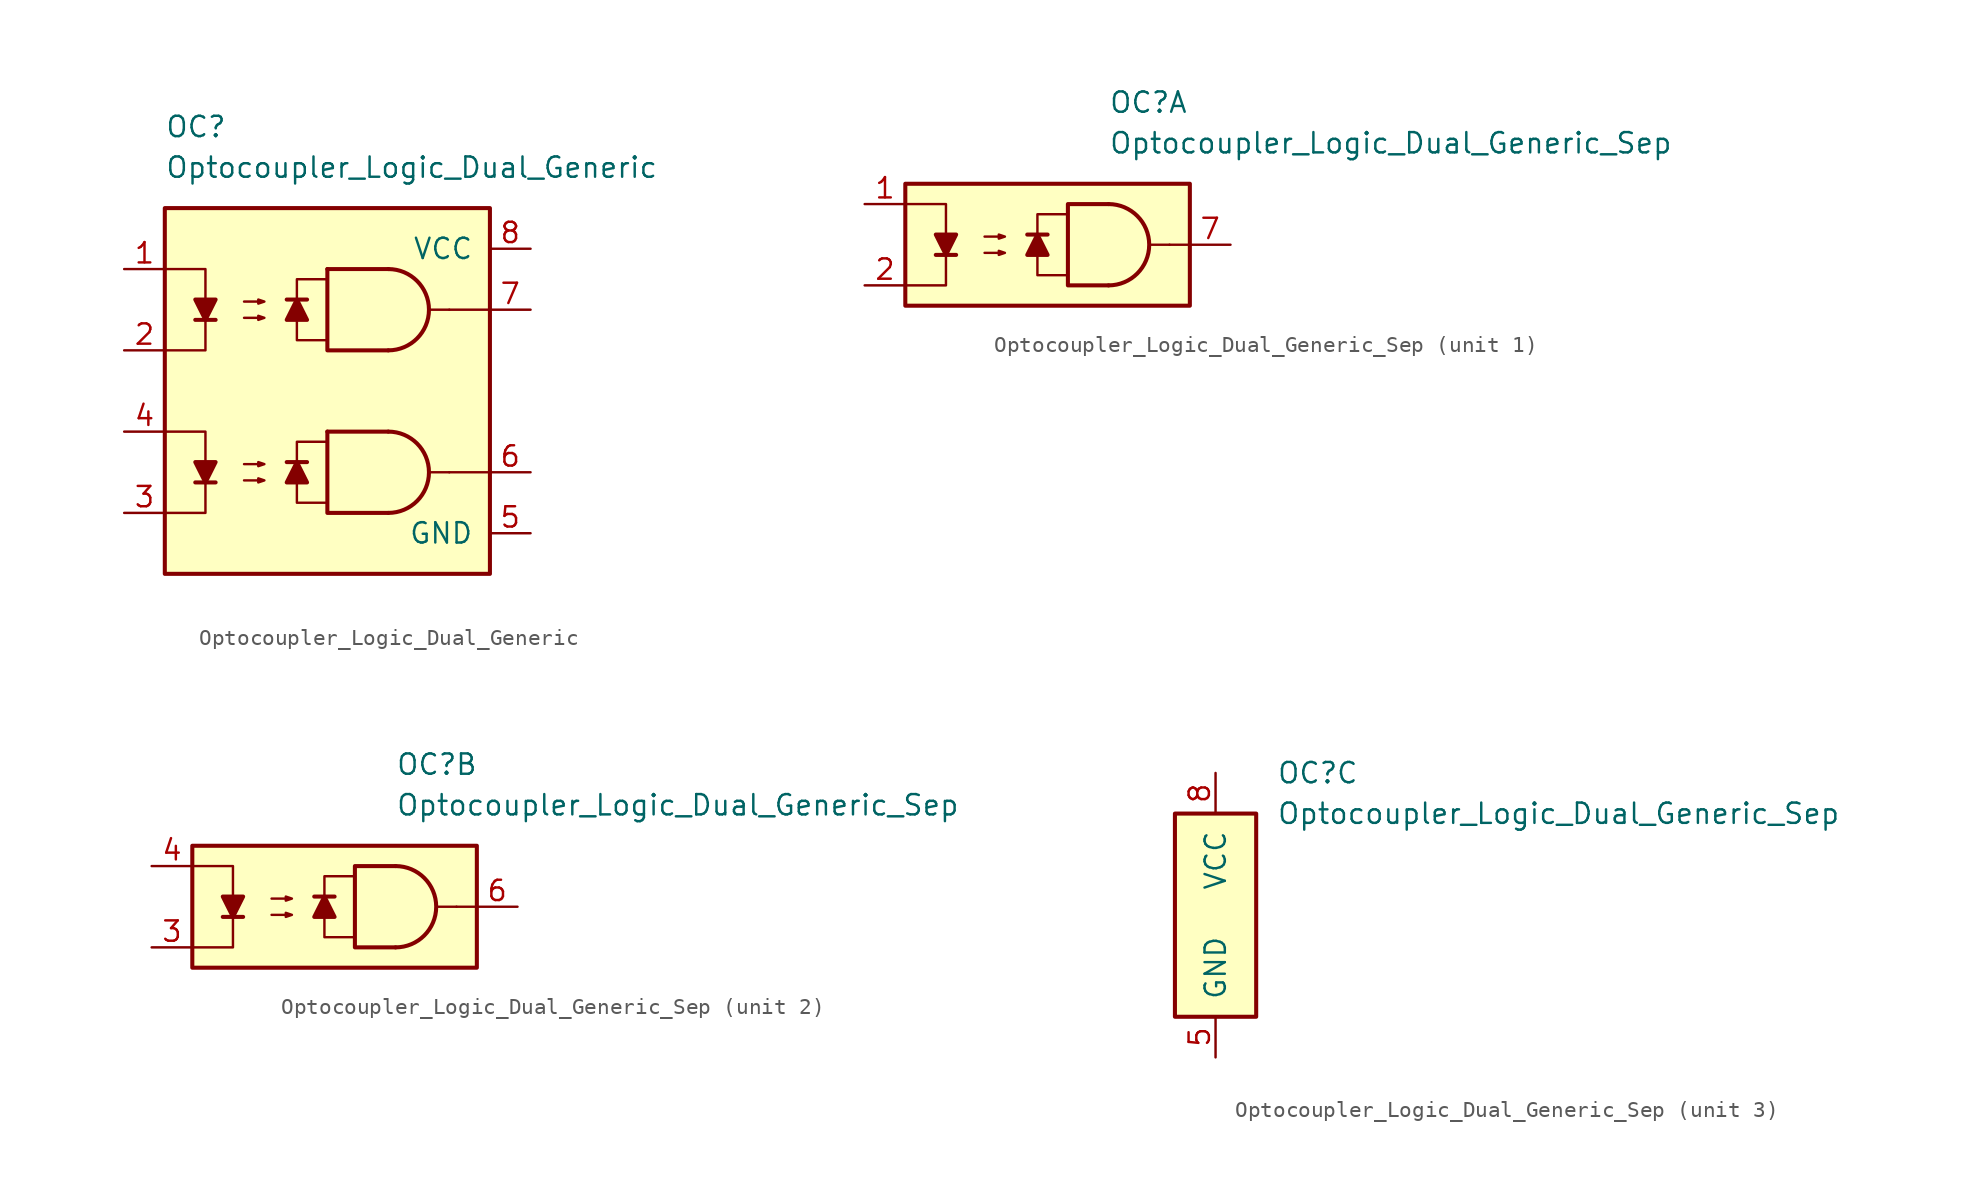
<source format=kicad_sym>
(kicad_symbol_lib
  (version 20211014)
  (generator kicad_symbol_editor)
  (symbol "Optocoupler_Logic_Dual_Generic"
    (pin_names
      (offset 1.016))
    (property "Reference" "OC"
      (at -10.16 16.51 0)
      (effects (font (size 1.27 1.27)) (justify left)))
    (property "Value" "Optocoupler_Logic_Dual_Generic"
      (at -10.16 13.97 0)
      (effects (font (size 1.27 1.27)) (justify left)))
    (symbol "Optocoupler_Logic_Dual_Generic_0_0"
      (rectangle (start -10.16 11.43) (end 10.16 -11.43) (stroke (width 0.254) (type default) (color 0 0 0 0)) (fill (type background)))
      (polyline (pts (xy 7.62 -5.08) (xy 6.35 -5.08)) (stroke (width 0) (type default) (color 0 0 0 0)) (fill (type none)))
      (polyline (pts (xy 7.62 5.08) (xy 6.35 5.08)) (stroke (width 0) (type default) (color 0 0 0 0)) (fill (type none)))
      (polyline (pts (xy 10.16 -5.08) (xy 7.62 -5.08)) (stroke (width 0) (type default) (color 0 0 0 0)) (fill (type none))))
    (symbol "Optocoupler_Logic_Dual_Generic_0_1"
      (polyline (pts (xy -8.255 -5.715) (xy -6.985 -5.715)) (stroke (width 0.254) (type default) (color 0 0 0 0)) (fill (type none)))
      (polyline (pts (xy 0 -2.54) (xy 3.81 -2.54)) (stroke (width 0.254) (type default) (color 0 0 0 0)) (fill (type none)))
      (polyline (pts (xy -10.16 -2.54) (xy -7.62 -2.54) (xy -7.62 -5.715)) (stroke (width 0) (type default) (color 0 0 0 0)) (fill (type none)))
      (polyline (pts (xy -7.62 -5.715) (xy -7.62 -7.62) (xy -10.16 -7.62)) (stroke (width 0) (type default) (color 0 0 0 0)) (fill (type none)))
      (polyline (pts (xy 0 -2.54) (xy 0 -7.62) (xy 3.81 -7.62)) (stroke (width 0.254) (type default) (color 0 0 0 0)) (fill (type none)))
      (polyline (pts (xy -7.62 -5.715) (xy -8.255 -4.445) (xy -6.985 -4.445) (xy -7.62 -5.715)) (stroke (width 0.254) (type default) (color 0 0 0 0)) (fill (type outline)))
      (polyline (pts (xy 0 -6.985) (xy -1.905 -6.985) (xy -1.905 -3.175) (xy 0 -3.175)) (stroke (width 0.152) (type default) (color 0 0 0 0)) (fill (type none)))
      (polyline (pts (xy 0 3.175) (xy -1.905 3.175) (xy -1.905 6.985) (xy 0 6.985)) (stroke (width 0.152) (type default) (color 0 0 0 0)) (fill (type none)))
      (polyline (pts (xy -5.207 -5.588) (xy -3.937 -5.588) (xy -4.318 -5.715) (xy -4.318 -5.461) (xy -3.937 -5.588)) (stroke (width 0) (type default) (color 0 0 0 0)) (fill (type none)))
      (polyline (pts (xy -5.207 -4.572) (xy -3.937 -4.572) (xy -4.318 -4.699) (xy -4.318 -4.445) (xy -3.937 -4.572)) (stroke (width 0) (type default) (color 0 0 0 0)) (fill (type none)))
      (arc (start 3.81 -7.62) (mid 6.35 -5.08) (end 3.81 -2.54) (stroke (width 0.254) (type default) (color 0 0 0 0)) (fill (type none))))
    (symbol "Optocoupler_Logic_Dual_Generic_1_1"
      (polyline (pts (xy -8.255 4.445) (xy -6.985 4.445)) (stroke (width 0.254) (type default) (color 0 0 0 0)) (fill (type none)))
      (polyline (pts (xy -1.27 -4.445) (xy -2.54 -4.445)) (stroke (width 0.254) (type default) (color 0 0 0 0)) (fill (type none)))
      (polyline (pts (xy -1.27 5.715) (xy -2.54 5.715)) (stroke (width 0.254) (type default) (color 0 0 0 0)) (fill (type none)))
      (polyline (pts (xy 0 7.62) (xy 3.81 7.62)) (stroke (width 0.254) (type default) (color 0 0 0 0)) (fill (type none)))
      (polyline (pts (xy 10.16 5.08) (xy 7.62 5.08)) (stroke (width 0) (type default) (color 0 0 0 0)) (fill (type none)))
      (polyline (pts (xy -10.16 7.62) (xy -7.62 7.62) (xy -7.62 4.445)) (stroke (width 0) (type default) (color 0 0 0 0)) (fill (type none)))
      (polyline (pts (xy -7.62 4.445) (xy -7.62 2.54) (xy -10.16 2.54)) (stroke (width 0) (type default) (color 0 0 0 0)) (fill (type none)))
      (polyline (pts (xy 0 7.62) (xy 0 2.54) (xy 3.81 2.54)) (stroke (width 0.254) (type default) (color 0 0 0 0)) (fill (type none)))
      (polyline (pts (xy -7.62 4.445) (xy -8.255 5.715) (xy -6.985 5.715) (xy -7.62 4.445)) (stroke (width 0.254) (type default) (color 0 0 0 0)) (fill (type outline)))
      (polyline (pts (xy -1.905 -4.445) (xy -1.27 -5.715) (xy -2.54 -5.715) (xy -1.905 -4.445)) (stroke (width 0.254) (type default) (color 0 0 0 0)) (fill (type outline)))
      (polyline (pts (xy -1.905 5.715) (xy -1.27 4.445) (xy -2.54 4.445) (xy -1.905 5.715)) (stroke (width 0.254) (type default) (color 0 0 0 0)) (fill (type outline)))
      (polyline (pts (xy -5.207 4.572) (xy -3.937 4.572) (xy -4.318 4.445) (xy -4.318 4.699) (xy -3.937 4.572)) (stroke (width 0) (type default) (color 0 0 0 0)) (fill (type none)))
      (polyline (pts (xy -5.207 5.588) (xy -3.937 5.588) (xy -4.318 5.461) (xy -4.318 5.715) (xy -3.937 5.588)) (stroke (width 0) (type default) (color 0 0 0 0)) (fill (type none)))
      (arc (start 3.81 2.54) (mid 6.35 5.08) (end 3.81 7.62) (stroke (width 0.254) (type default) (color 0 0 0 0)) (fill (type none)))
      (pin passive line (at -12.7 7.62 0) (length 2.54) (name "~" (effects (font (size 1.27 1.27)))) (number "1" (effects (font (size 1.27 1.27)))))
      (pin passive line (at -12.7 2.54 0) (length 2.54) (name "~" (effects (font (size 1.27 1.27)))) (number "2" (effects (font (size 1.27 1.27)))))
      (pin passive line (at -12.7 -7.62 0) (length 2.54) (name "~" (effects (font (size 1.27 1.27)))) (number "3" (effects (font (size 1.27 1.27)))))
      (pin passive line (at -12.7 -2.54 0) (length 2.54) (name "~" (effects (font (size 1.27 1.27)))) (number "4" (effects (font (size 1.27 1.27)))))
      (pin power_in line (at 12.7 -8.89 180) (length 2.54) (name "GND" (effects (font (size 1.27 1.27)))) (number "5" (effects (font (size 1.27 1.27)))))
      (pin output line (at 12.7 -5.08 180) (length 2.54) (name "~" (effects (font (size 1.27 1.27)))) (number "6" (effects (font (size 1.27 1.27)))))
      (pin output line (at 12.7 5.08 180) (length 2.54) (name "~" (effects (font (size 1.27 1.27)))) (number "7" (effects (font (size 1.27 1.27)))))
      (pin power_in line (at 12.7 8.89 180) (length 2.54) (name "VCC" (effects (font (size 1.27 1.27)))) (number "8" (effects (font (size 1.27 1.27)))))))
  (symbol "Optocoupler_Logic_Dual_Generic_Sep"
    (pin_names
      (offset 1.016))
    (property "Reference" "OC"
      (at 3.81 8.89 0)
      (effects (font (size 1.27 1.27)) (justify left)))
    (property "Value" "Optocoupler_Logic_Dual_Generic_Sep"
      (at 3.81 6.35 0)
      (effects (font (size 1.27 1.27)) (justify left)))
    (property "ki_locked" ""
      (at 0 0 0)
      (effects (font (size 1.27 1.27))))
    (symbol "Optocoupler_Logic_Dual_Generic_Sep_1_0"
      (rectangle (start -8.89 3.81) (end 8.89 -3.81) (stroke (width 0.254) (type default) (color 0 0 0 0)) (fill (type background)))
      (polyline (pts (xy 7.62 0) (xy 6.35 0)) (stroke (width 0) (type default) (color 0 0 0 0)) (fill (type none)))
      (polyline (pts (xy 8.89 0) (xy 7.62 0)) (stroke (width 0) (type default) (color 0 0 0 0)) (fill (type none)))
      (polyline (pts (xy 3.81 -2.54) (xy 1.27 -2.54) (xy 1.27 2.54) (xy 3.81 2.54)) (stroke (width 0.254) (type default) (color 0 0 0 0)) (fill (type none))))
    (symbol "Optocoupler_Logic_Dual_Generic_Sep_1_1"
      (polyline (pts (xy -6.985 -0.635) (xy -5.715 -0.635)) (stroke (width 0.254) (type default) (color 0 0 0 0)) (fill (type none)))
      (polyline (pts (xy 0 0.635) (xy -1.27 0.635)) (stroke (width 0.254) (type default) (color 0 0 0 0)) (fill (type none)))
      (polyline (pts (xy -8.89 2.54) (xy -6.35 2.54) (xy -6.35 -0.635)) (stroke (width 0) (type default) (color 0 0 0 0)) (fill (type none)))
      (polyline (pts (xy -6.35 -0.635) (xy -6.35 -2.54) (xy -8.89 -2.54)) (stroke (width 0) (type default) (color 0 0 0 0)) (fill (type none)))
      (polyline (pts (xy -6.35 -0.635) (xy -6.985 0.635) (xy -5.715 0.635) (xy -6.35 -0.635)) (stroke (width 0.254) (type default) (color 0 0 0 0)) (fill (type outline)))
      (polyline (pts (xy -0.635 0.635) (xy 0 -0.635) (xy -1.27 -0.635) (xy -0.635 0.635)) (stroke (width 0.254) (type default) (color 0 0 0 0)) (fill (type outline)))
      (polyline (pts (xy 1.27 -1.905) (xy -0.635 -1.905) (xy -0.635 1.905) (xy 1.27 1.905)) (stroke (width 0.152) (type default) (color 0 0 0 0)) (fill (type none)))
      (polyline (pts (xy -3.937 -0.508) (xy -2.667 -0.508) (xy -3.048 -0.635) (xy -3.048 -0.381) (xy -2.667 -0.508)) (stroke (width 0) (type default) (color 0 0 0 0)) (fill (type none)))
      (polyline (pts (xy -3.937 0.508) (xy -2.667 0.508) (xy -3.048 0.381) (xy -3.048 0.635) (xy -2.667 0.508)) (stroke (width 0) (type default) (color 0 0 0 0)) (fill (type none)))
      (arc (start 3.81 -2.54) (mid 6.35 0) (end 3.81 2.54) (stroke (width 0.254) (type default) (color 0 0 0 0)) (fill (type none)))
      (pin passive line (at -11.43 2.54 0) (length 2.54) (name "~" (effects (font (size 1.27 1.27)))) (number "1" (effects (font (size 1.27 1.27)))))
      (pin passive line (at -11.43 -2.54 0) (length 2.54) (name "~" (effects (font (size 1.27 1.27)))) (number "2" (effects (font (size 1.27 1.27)))))
      (pin output line (at 11.43 0 180) (length 2.54) (name "~" (effects (font (size 1.27 1.27)))) (number "7" (effects (font (size 1.27 1.27))))))
    (symbol "Optocoupler_Logic_Dual_Generic_Sep_2_0"
      (rectangle (start -8.89 3.81) (end 8.89 -3.81) (stroke (width 0.254) (type default) (color 0 0 0 0)) (fill (type background)))
      (polyline (pts (xy 7.62 0) (xy 6.35 0)) (stroke (width 0) (type default) (color 0 0 0 0)) (fill (type none)))
      (polyline (pts (xy 8.89 0) (xy 7.62 0)) (stroke (width 0) (type default) (color 0 0 0 0)) (fill (type none)))
      (polyline (pts (xy 3.81 -2.54) (xy 1.27 -2.54) (xy 1.27 2.54) (xy 3.81 2.54)) (stroke (width 0.254) (type default) (color 0 0 0 0)) (fill (type none))))
    (symbol "Optocoupler_Logic_Dual_Generic_Sep_2_1"
      (polyline (pts (xy -6.985 -0.635) (xy -5.715 -0.635)) (stroke (width 0.254) (type default) (color 0 0 0 0)) (fill (type none)))
      (polyline (pts (xy 0 0.635) (xy -1.27 0.635)) (stroke (width 0.254) (type default) (color 0 0 0 0)) (fill (type none)))
      (polyline (pts (xy -8.89 2.54) (xy -6.35 2.54) (xy -6.35 -0.635)) (stroke (width 0) (type default) (color 0 0 0 0)) (fill (type none)))
      (polyline (pts (xy -6.35 -0.635) (xy -6.35 -2.54) (xy -8.89 -2.54)) (stroke (width 0) (type default) (color 0 0 0 0)) (fill (type none)))
      (polyline (pts (xy -6.35 -0.635) (xy -6.985 0.635) (xy -5.715 0.635) (xy -6.35 -0.635)) (stroke (width 0.254) (type default) (color 0 0 0 0)) (fill (type outline)))
      (polyline (pts (xy -0.635 0.635) (xy 0 -0.635) (xy -1.27 -0.635) (xy -0.635 0.635)) (stroke (width 0.254) (type default) (color 0 0 0 0)) (fill (type outline)))
      (polyline (pts (xy 1.27 -1.905) (xy -0.635 -1.905) (xy -0.635 1.905) (xy 1.27 1.905)) (stroke (width 0.152) (type default) (color 0 0 0 0)) (fill (type none)))
      (polyline (pts (xy -3.937 -0.508) (xy -2.667 -0.508) (xy -3.048 -0.635) (xy -3.048 -0.381) (xy -2.667 -0.508)) (stroke (width 0) (type default) (color 0 0 0 0)) (fill (type none)))
      (polyline (pts (xy -3.937 0.508) (xy -2.667 0.508) (xy -3.048 0.381) (xy -3.048 0.635) (xy -2.667 0.508)) (stroke (width 0) (type default) (color 0 0 0 0)) (fill (type none)))
      (arc (start 3.81 -2.54) (mid 6.35 0) (end 3.81 2.54) (stroke (width 0.254) (type default) (color 0 0 0 0)) (fill (type none)))
      (pin passive line (at -11.43 -2.54 0) (length 2.54) (name "~" (effects (font (size 1.27 1.27)))) (number "3" (effects (font (size 1.27 1.27)))))
      (pin passive line (at -11.43 2.54 0) (length 2.54) (name "~" (effects (font (size 1.27 1.27)))) (number "4" (effects (font (size 1.27 1.27)))))
      (pin output line (at 11.43 0 180) (length 2.54) (name "~" (effects (font (size 1.27 1.27)))) (number "6" (effects (font (size 1.27 1.27))))))
    (symbol "Optocoupler_Logic_Dual_Generic_Sep_3_0"
      (rectangle (start -2.54 6.35) (end 2.54 -6.35) (stroke (width 0.254) (type default) (color 0 0 0 0)) (fill (type background))))
    (symbol "Optocoupler_Logic_Dual_Generic_Sep_3_1"
      (pin power_in line (at 0 -8.89 90) (length 2.54) (name "GND" (effects (font (size 1.27 1.27)))) (number "5" (effects (font (size 1.27 1.27)))))
      (pin power_in line (at 0 8.89 270) (length 2.54) (name "VCC" (effects (font (size 1.27 1.27)))) (number "8" (effects (font (size 1.27 1.27))))))))
</source>
